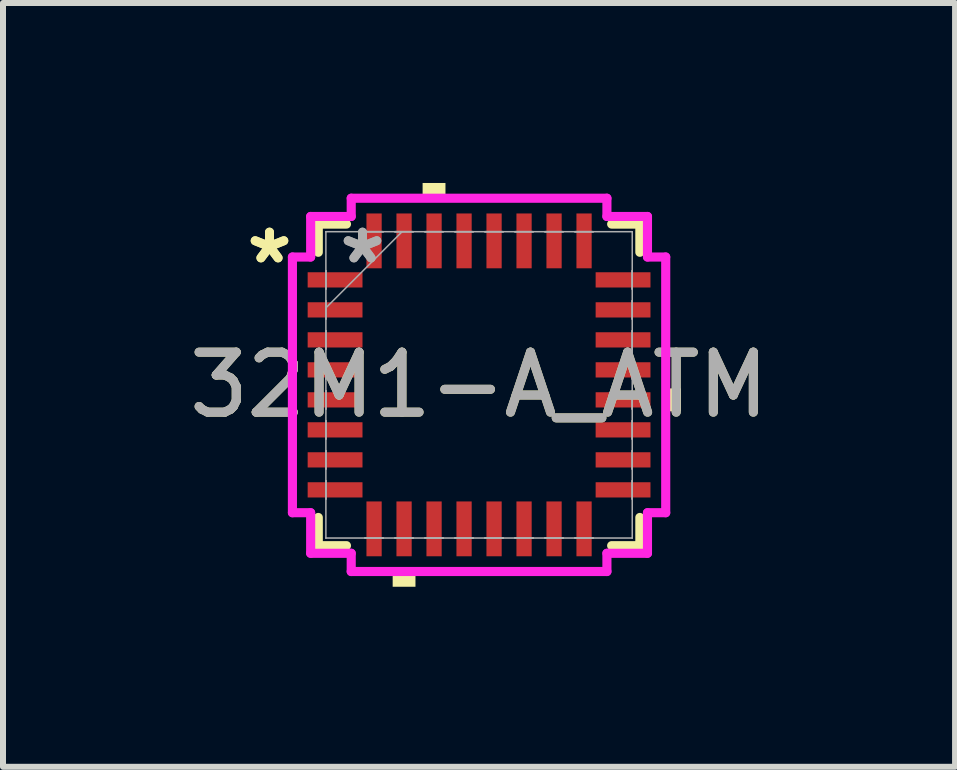
<source format=kicad_pcb>
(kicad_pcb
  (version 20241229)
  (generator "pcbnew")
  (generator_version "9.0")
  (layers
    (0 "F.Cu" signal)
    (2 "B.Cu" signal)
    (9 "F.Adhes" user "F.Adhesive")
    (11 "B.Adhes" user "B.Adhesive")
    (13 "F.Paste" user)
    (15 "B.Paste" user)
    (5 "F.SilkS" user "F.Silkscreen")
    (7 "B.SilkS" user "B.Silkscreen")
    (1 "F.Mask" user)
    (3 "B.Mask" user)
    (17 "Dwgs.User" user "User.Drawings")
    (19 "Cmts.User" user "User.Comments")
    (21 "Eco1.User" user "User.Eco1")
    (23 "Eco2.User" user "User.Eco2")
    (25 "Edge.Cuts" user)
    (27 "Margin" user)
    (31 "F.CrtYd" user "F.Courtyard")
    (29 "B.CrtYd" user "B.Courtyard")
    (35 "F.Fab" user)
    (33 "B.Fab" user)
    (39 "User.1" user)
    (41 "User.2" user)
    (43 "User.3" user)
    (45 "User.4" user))
  (footprint "32M1-A_ATM"
    (layer "F.Cu")
    (at 4.935 3.365)
    (property "Reference" "32M1-A_ATM" (at 0 0 0) (unlocked yes) (layer "F.SilkS") (effects (font (size 1 1) (thickness 0.15))))
    (attr smd)
    (fp_line (start -2.68 -2.68) (end -2.68 -2.21) (stroke (width 0.152) (type solid)) (layer "F.SilkS"))
    (fp_line (start -2.68 2.21) (end -2.68 2.68) (stroke (width 0.152) (type solid)) (layer "F.SilkS"))
    (fp_line (start -2.68 2.68) (end -2.21 2.68) (stroke (width 0.152) (type solid)) (layer "F.SilkS"))
    (fp_line (start -2.21 -2.68) (end -2.68 -2.68) (stroke (width 0.152) (type solid)) (layer "F.SilkS"))
    (fp_line (start 2.21 2.68) (end 2.68 2.68) (stroke (width 0.152) (type solid)) (layer "F.SilkS"))
    (fp_line (start 2.68 -2.68) (end 2.21 -2.68) (stroke (width 0.152) (type solid)) (layer "F.SilkS"))
    (fp_line (start 2.68 -2.21) (end 2.68 -2.68) (stroke (width 0.152) (type solid)) (layer "F.SilkS"))
    (fp_line (start 2.68 2.68) (end 2.68 2.21) (stroke (width 0.152) (type solid)) (layer "F.SilkS"))
    (fp_poly (pts (xy -1.44 3.111) (xy -1.44 3.365) (xy -1.06 3.365) (xy -1.06 3.111)) (stroke (width 0) (type solid)) (fill yes) (layer "F.SilkS"))
    (fp_poly (pts (xy -0.941 -3.111) (xy -0.941 -3.365) (xy -0.56 -3.365) (xy -0.56 -3.111)) (stroke (width 0) (type solid)) (fill yes) (layer "F.SilkS"))
    (fp_poly (pts (xy 3.365 0.059) (xy 3.365 0.441) (xy 3.111 0.441) (xy 3.111 0.059)) (stroke (width 0) (type solid)) (fill yes) (layer "F.SilkS"))
    (fp_line (start -3.111 -2.131) (end -2.807 -2.131) (stroke (width 0.152) (type solid)) (layer "F.CrtYd"))
    (fp_line (start -3.111 2.131) (end -3.111 -2.131) (stroke (width 0.152) (type solid)) (layer "F.CrtYd"))
    (fp_line (start -2.807 -2.807) (end -2.131 -2.807) (stroke (width 0.152) (type solid)) (layer "F.CrtYd"))
    (fp_line (start -2.807 -2.131) (end -2.807 -2.807) (stroke (width 0.152) (type solid)) (layer "F.CrtYd"))
    (fp_line (start -2.807 2.131) (end -3.111 2.131) (stroke (width 0.152) (type solid)) (layer "F.CrtYd"))
    (fp_line (start -2.807 2.807) (end -2.807 2.131) (stroke (width 0.152) (type solid)) (layer "F.CrtYd"))
    (fp_line (start -2.131 -3.111) (end 2.131 -3.111) (stroke (width 0.152) (type solid)) (layer "F.CrtYd"))
    (fp_line (start -2.131 -2.807) (end -2.131 -3.111) (stroke (width 0.152) (type solid)) (layer "F.CrtYd"))
    (fp_line (start -2.131 2.807) (end -2.807 2.807) (stroke (width 0.152) (type solid)) (layer "F.CrtYd"))
    (fp_line (start -2.131 3.111) (end -2.131 2.807) (stroke (width 0.152) (type solid)) (layer "F.CrtYd"))
    (fp_line (start 2.131 -3.111) (end 2.131 -2.807) (stroke (width 0.152) (type solid)) (layer "F.CrtYd"))
    (fp_line (start 2.131 -2.807) (end 2.807 -2.807) (stroke (width 0.152) (type solid)) (layer "F.CrtYd"))
    (fp_line (start 2.131 2.807) (end 2.131 3.111) (stroke (width 0.152) (type solid)) (layer "F.CrtYd"))
    (fp_line (start 2.131 3.111) (end -2.131 3.111) (stroke (width 0.152) (type solid)) (layer "F.CrtYd"))
    (fp_line (start 2.807 -2.807) (end 2.807 -2.131) (stroke (width 0.152) (type solid)) (layer "F.CrtYd"))
    (fp_line (start 2.807 -2.131) (end 3.111 -2.131) (stroke (width 0.152) (type solid)) (layer "F.CrtYd"))
    (fp_line (start 2.807 2.131) (end 2.807 2.807) (stroke (width 0.152) (type solid)) (layer "F.CrtYd"))
    (fp_line (start 2.807 2.807) (end 2.131 2.807) (stroke (width 0.152) (type solid)) (layer "F.CrtYd"))
    (fp_line (start 3.111 -2.131) (end 3.111 2.131) (stroke (width 0.152) (type solid)) (layer "F.CrtYd"))
    (fp_line (start 3.111 2.131) (end 2.807 2.131) (stroke (width 0.152) (type solid)) (layer "F.CrtYd"))
    (fp_line (start -2.553 -2.553) (end -2.553 -2.553) (stroke (width 0.025) (type solid)) (layer "F.Fab"))
    (fp_line (start -2.553 -2.553) (end -2.553 2.553) (stroke (width 0.025) (type solid)) (layer "F.Fab"))
    (fp_line (start -2.553 -1.902) (end -2.553 -1.902) (stroke (width 0.025) (type solid)) (layer "F.Fab"))
    (fp_line (start -2.553 -1.902) (end -2.553 -1.598) (stroke (width 0.025) (type solid)) (layer "F.Fab"))
    (fp_line (start -2.553 -1.598) (end -2.553 -1.902) (stroke (width 0.025) (type solid)) (layer "F.Fab"))
    (fp_line (start -2.553 -1.598) (end -2.553 -1.598) (stroke (width 0.025) (type solid)) (layer "F.Fab"))
    (fp_line (start -2.553 -1.402) (end -2.553 -1.402) (stroke (width 0.025) (type solid)) (layer "F.Fab"))
    (fp_line (start -2.553 -1.402) (end -2.553 -1.098) (stroke (width 0.025) (type solid)) (layer "F.Fab"))
    (fp_line (start -2.553 -1.283) (end -1.283 -2.553) (stroke (width 0.025) (type solid)) (layer "F.Fab"))
    (fp_line (start -2.553 -1.098) (end -2.553 -1.402) (stroke (width 0.025) (type solid)) (layer "F.Fab"))
    (fp_line (start -2.553 -1.098) (end -2.553 -1.098) (stroke (width 0.025) (type solid)) (layer "F.Fab"))
    (fp_line (start -2.553 -0.902) (end -2.553 -0.902) (stroke (width 0.025) (type solid)) (layer "F.Fab"))
    (fp_line (start -2.553 -0.902) (end -2.553 -0.598) (stroke (width 0.025) (type solid)) (layer "F.Fab"))
    (fp_line (start -2.553 -0.598) (end -2.553 -0.902) (stroke (width 0.025) (type solid)) (layer "F.Fab"))
    (fp_line (start -2.553 -0.598) (end -2.553 -0.598) (stroke (width 0.025) (type solid)) (layer "F.Fab"))
    (fp_line (start -2.553 -0.402) (end -2.553 -0.402) (stroke (width 0.025) (type solid)) (layer "F.Fab"))
    (fp_line (start -2.553 -0.402) (end -2.553 -0.098) (stroke (width 0.025) (type solid)) (layer "F.Fab"))
    (fp_line (start -2.553 -0.098) (end -2.553 -0.402) (stroke (width 0.025) (type solid)) (layer "F.Fab"))
    (fp_line (start -2.553 -0.098) (end -2.553 -0.098) (stroke (width 0.025) (type solid)) (layer "F.Fab"))
    (fp_line (start -2.553 0.098) (end -2.553 0.098) (stroke (width 0.025) (type solid)) (layer "F.Fab"))
    (fp_line (start -2.553 0.098) (end -2.553 0.402) (stroke (width 0.025) (type solid)) (layer "F.Fab"))
    (fp_line (start -2.553 0.402) (end -2.553 0.098) (stroke (width 0.025) (type solid)) (layer "F.Fab"))
    (fp_line (start -2.553 0.402) (end -2.553 0.402) (stroke (width 0.025) (type solid)) (layer "F.Fab"))
    (fp_line (start -2.553 0.598) (end -2.553 0.598) (stroke (width 0.025) (type solid)) (layer "F.Fab"))
    (fp_line (start -2.553 0.598) (end -2.553 0.902) (stroke (width 0.025) (type solid)) (layer "F.Fab"))
    (fp_line (start -2.553 0.902) (end -2.553 0.598) (stroke (width 0.025) (type solid)) (layer "F.Fab"))
    (fp_line (start -2.553 0.902) (end -2.553 0.902) (stroke (width 0.025) (type solid)) (layer "F.Fab"))
    (fp_line (start -2.553 1.098) (end -2.553 1.098) (stroke (width 0.025) (type solid)) (layer "F.Fab"))
    (fp_line (start -2.553 1.098) (end -2.553 1.402) (stroke (width 0.025) (type solid)) (layer "F.Fab"))
    (fp_line (start -2.553 1.402) (end -2.553 1.098) (stroke (width 0.025) (type solid)) (layer "F.Fab"))
    (fp_line (start -2.553 1.402) (end -2.553 1.402) (stroke (width 0.025) (type solid)) (layer "F.Fab"))
    (fp_line (start -2.553 1.598) (end -2.553 1.598) (stroke (width 0.025) (type solid)) (layer "F.Fab"))
    (fp_line (start -2.553 1.598) (end -2.553 1.902) (stroke (width 0.025) (type solid)) (layer "F.Fab"))
    (fp_line (start -2.553 1.902) (end -2.553 1.598) (stroke (width 0.025) (type solid)) (layer "F.Fab"))
    (fp_line (start -2.553 1.902) (end -2.553 1.902) (stroke (width 0.025) (type solid)) (layer "F.Fab"))
    (fp_line (start -2.553 2.553) (end -2.553 2.553) (stroke (width 0.025) (type solid)) (layer "F.Fab"))
    (fp_line (start -2.553 2.553) (end 2.553 2.553) (stroke (width 0.025) (type solid)) (layer "F.Fab"))
    (fp_line (start -1.902 -2.553) (end -1.902 -2.553) (stroke (width 0.025) (type solid)) (layer "F.Fab"))
    (fp_line (start -1.902 -2.553) (end -1.598 -2.553) (stroke (width 0.025) (type solid)) (layer "F.Fab"))
    (fp_line (start -1.902 2.553) (end -1.902 2.553) (stroke (width 0.025) (type solid)) (layer "F.Fab"))
    (fp_line (start -1.902 2.553) (end -1.598 2.553) (stroke (width 0.025) (type solid)) (layer "F.Fab"))
    (fp_line (start -1.598 -2.553) (end -1.902 -2.553) (stroke (width 0.025) (type solid)) (layer "F.Fab"))
    (fp_line (start -1.598 -2.553) (end -1.598 -2.553) (stroke (width 0.025) (type solid)) (layer "F.Fab"))
    (fp_line (start -1.598 2.553) (end -1.902 2.553) (stroke (width 0.025) (type solid)) (layer "F.Fab"))
    (fp_line (start -1.598 2.553) (end -1.598 2.553) (stroke (width 0.025) (type solid)) (layer "F.Fab"))
    (fp_line (start -1.402 -2.553) (end -1.402 -2.553) (stroke (width 0.025) (type solid)) (layer "F.Fab"))
    (fp_line (start -1.402 -2.553) (end -1.098 -2.553) (stroke (width 0.025) (type solid)) (layer "F.Fab"))
    (fp_line (start -1.402 2.553) (end -1.402 2.553) (stroke (width 0.025) (type solid)) (layer "F.Fab"))
    (fp_line (start -1.402 2.553) (end -1.098 2.553) (stroke (width 0.025) (type solid)) (layer "F.Fab"))
    (fp_line (start -1.098 -2.553) (end -1.402 -2.553) (stroke (width 0.025) (type solid)) (layer "F.Fab"))
    (fp_line (start -1.098 -2.553) (end -1.098 -2.553) (stroke (width 0.025) (type solid)) (layer "F.Fab"))
    (fp_line (start -1.098 2.553) (end -1.402 2.553) (stroke (width 0.025) (type solid)) (layer "F.Fab"))
    (fp_line (start -1.098 2.553) (end -1.098 2.553) (stroke (width 0.025) (type solid)) (layer "F.Fab"))
    (fp_line (start -0.902 -2.553) (end -0.902 -2.553) (stroke (width 0.025) (type solid)) (layer "F.Fab"))
    (fp_line (start -0.902 -2.553) (end -0.598 -2.553) (stroke (width 0.025) (type solid)) (layer "F.Fab"))
    (fp_line (start -0.902 2.553) (end -0.902 2.553) (stroke (width 0.025) (type solid)) (layer "F.Fab"))
    (fp_line (start -0.902 2.553) (end -0.598 2.553) (stroke (width 0.025) (type solid)) (layer "F.Fab"))
    (fp_line (start -0.598 -2.553) (end -0.902 -2.553) (stroke (width 0.025) (type solid)) (layer "F.Fab"))
    (fp_line (start -0.598 -2.553) (end -0.598 -2.553) (stroke (width 0.025) (type solid)) (layer "F.Fab"))
    (fp_line (start -0.598 2.553) (end -0.902 2.553) (stroke (width 0.025) (type solid)) (layer "F.Fab"))
    (fp_line (start -0.598 2.553) (end -0.598 2.553) (stroke (width 0.025) (type solid)) (layer "F.Fab"))
    (fp_line (start -0.402 -2.553) (end -0.402 -2.553) (stroke (width 0.025) (type solid)) (layer "F.Fab"))
    (fp_line (start -0.402 -2.553) (end -0.098 -2.553) (stroke (width 0.025) (type solid)) (layer "F.Fab"))
    (fp_line (start -0.402 2.553) (end -0.402 2.553) (stroke (width 0.025) (type solid)) (layer "F.Fab"))
    (fp_line (start -0.402 2.553) (end -0.098 2.553) (stroke (width 0.025) (type solid)) (layer "F.Fab"))
    (fp_line (start -0.098 -2.553) (end -0.402 -2.553) (stroke (width 0.025) (type solid)) (layer "F.Fab"))
    (fp_line (start -0.098 -2.553) (end -0.098 -2.553) (stroke (width 0.025) (type solid)) (layer "F.Fab"))
    (fp_line (start -0.098 2.553) (end -0.402 2.553) (stroke (width 0.025) (type solid)) (layer "F.Fab"))
    (fp_line (start -0.098 2.553) (end -0.098 2.553) (stroke (width 0.025) (type solid)) (layer "F.Fab"))
    (fp_line (start 0.098 -2.553) (end 0.098 -2.553) (stroke (width 0.025) (type solid)) (layer "F.Fab"))
    (fp_line (start 0.098 -2.553) (end 0.402 -2.553) (stroke (width 0.025) (type solid)) (layer "F.Fab"))
    (fp_line (start 0.098 2.553) (end 0.098 2.553) (stroke (width 0.025) (type solid)) (layer "F.Fab"))
    (fp_line (start 0.098 2.553) (end 0.402 2.553) (stroke (width 0.025) (type solid)) (layer "F.Fab"))
    (fp_line (start 0.402 -2.553) (end 0.098 -2.553) (stroke (width 0.025) (type solid)) (layer "F.Fab"))
    (fp_line (start 0.402 -2.553) (end 0.402 -2.553) (stroke (width 0.025) (type solid)) (layer "F.Fab"))
    (fp_line (start 0.402 2.553) (end 0.098 2.553) (stroke (width 0.025) (type solid)) (layer "F.Fab"))
    (fp_line (start 0.402 2.553) (end 0.402 2.553) (stroke (width 0.025) (type solid)) (layer "F.Fab"))
    (fp_line (start 0.598 -2.553) (end 0.598 -2.553) (stroke (width 0.025) (type solid)) (layer "F.Fab"))
    (fp_line (start 0.598 -2.553) (end 0.902 -2.553) (stroke (width 0.025) (type solid)) (layer "F.Fab"))
    (fp_line (start 0.598 2.553) (end 0.598 2.553) (stroke (width 0.025) (type solid)) (layer "F.Fab"))
    (fp_line (start 0.598 2.553) (end 0.902 2.553) (stroke (width 0.025) (type solid)) (layer "F.Fab"))
    (fp_line (start 0.902 -2.553) (end 0.598 -2.553) (stroke (width 0.025) (type solid)) (layer "F.Fab"))
    (fp_line (start 0.902 -2.553) (end 0.902 -2.553) (stroke (width 0.025) (type solid)) (layer "F.Fab"))
    (fp_line (start 0.902 2.553) (end 0.598 2.553) (stroke (width 0.025) (type solid)) (layer "F.Fab"))
    (fp_line (start 0.902 2.553) (end 0.902 2.553) (stroke (width 0.025) (type solid)) (layer "F.Fab"))
    (fp_line (start 1.098 -2.553) (end 1.098 -2.553) (stroke (width 0.025) (type solid)) (layer "F.Fab"))
    (fp_line (start 1.098 -2.553) (end 1.402 -2.553) (stroke (width 0.025) (type solid)) (layer "F.Fab"))
    (fp_line (start 1.098 2.553) (end 1.098 2.553) (stroke (width 0.025) (type solid)) (layer "F.Fab"))
    (fp_line (start 1.098 2.553) (end 1.402 2.553) (stroke (width 0.025) (type solid)) (layer "F.Fab"))
    (fp_line (start 1.402 -2.553) (end 1.098 -2.553) (stroke (width 0.025) (type solid)) (layer "F.Fab"))
    (fp_line (start 1.402 -2.553) (end 1.402 -2.553) (stroke (width 0.025) (type solid)) (layer "F.Fab"))
    (fp_line (start 1.402 2.553) (end 1.098 2.553) (stroke (width 0.025) (type solid)) (layer "F.Fab"))
    (fp_line (start 1.402 2.553) (end 1.402 2.553) (stroke (width 0.025) (type solid)) (layer "F.Fab"))
    (fp_line (start 1.598 -2.553) (end 1.598 -2.553) (stroke (width 0.025) (type solid)) (layer "F.Fab"))
    (fp_line (start 1.598 -2.553) (end 1.902 -2.553) (stroke (width 0.025) (type solid)) (layer "F.Fab"))
    (fp_line (start 1.598 2.553) (end 1.598 2.553) (stroke (width 0.025) (type solid)) (layer "F.Fab"))
    (fp_line (start 1.598 2.553) (end 1.902 2.553) (stroke (width 0.025) (type solid)) (layer "F.Fab"))
    (fp_line (start 1.902 -2.553) (end 1.598 -2.553) (stroke (width 0.025) (type solid)) (layer "F.Fab"))
    (fp_line (start 1.902 -2.553) (end 1.902 -2.553) (stroke (width 0.025) (type solid)) (layer "F.Fab"))
    (fp_line (start 1.902 2.553) (end 1.598 2.553) (stroke (width 0.025) (type solid)) (layer "F.Fab"))
    (fp_line (start 1.902 2.553) (end 1.902 2.553) (stroke (width 0.025) (type solid)) (layer "F.Fab"))
    (fp_line (start 2.553 -2.553) (end -2.553 -2.553) (stroke (width 0.025) (type solid)) (layer "F.Fab"))
    (fp_line (start 2.553 -2.553) (end 2.553 -2.553) (stroke (width 0.025) (type solid)) (layer "F.Fab"))
    (fp_line (start 2.553 -1.902) (end 2.553 -1.902) (stroke (width 0.025) (type solid)) (layer "F.Fab"))
    (fp_line (start 2.553 -1.902) (end 2.553 -1.598) (stroke (width 0.025) (type solid)) (layer "F.Fab"))
    (fp_line (start 2.553 -1.598) (end 2.553 -1.902) (stroke (width 0.025) (type solid)) (layer "F.Fab"))
    (fp_line (start 2.553 -1.598) (end 2.553 -1.598) (stroke (width 0.025) (type solid)) (layer "F.Fab"))
    (fp_line (start 2.553 -1.402) (end 2.553 -1.402) (stroke (width 0.025) (type solid)) (layer "F.Fab"))
    (fp_line (start 2.553 -1.402) (end 2.553 -1.098) (stroke (width 0.025) (type solid)) (layer "F.Fab"))
    (fp_line (start 2.553 -1.098) (end 2.553 -1.402) (stroke (width 0.025) (type solid)) (layer "F.Fab"))
    (fp_line (start 2.553 -1.098) (end 2.553 -1.098) (stroke (width 0.025) (type solid)) (layer "F.Fab"))
    (fp_line (start 2.553 -0.902) (end 2.553 -0.902) (stroke (width 0.025) (type solid)) (layer "F.Fab"))
    (fp_line (start 2.553 -0.902) (end 2.553 -0.598) (stroke (width 0.025) (type solid)) (layer "F.Fab"))
    (fp_line (start 2.553 -0.598) (end 2.553 -0.902) (stroke (width 0.025) (type solid)) (layer "F.Fab"))
    (fp_line (start 2.553 -0.598) (end 2.553 -0.598) (stroke (width 0.025) (type solid)) (layer "F.Fab"))
    (fp_line (start 2.553 -0.402) (end 2.553 -0.402) (stroke (width 0.025) (type solid)) (layer "F.Fab"))
    (fp_line (start 2.553 -0.402) (end 2.553 -0.098) (stroke (width 0.025) (type solid)) (layer "F.Fab"))
    (fp_line (start 2.553 -0.098) (end 2.553 -0.402) (stroke (width 0.025) (type solid)) (layer "F.Fab"))
    (fp_line (start 2.553 -0.098) (end 2.553 -0.098) (stroke (width 0.025) (type solid)) (layer "F.Fab"))
    (fp_line (start 2.553 0.098) (end 2.553 0.098) (stroke (width 0.025) (type solid)) (layer "F.Fab"))
    (fp_line (start 2.553 0.098) (end 2.553 0.402) (stroke (width 0.025) (type solid)) (layer "F.Fab"))
    (fp_line (start 2.553 0.402) (end 2.553 0.098) (stroke (width 0.025) (type solid)) (layer "F.Fab"))
    (fp_line (start 2.553 0.402) (end 2.553 0.402) (stroke (width 0.025) (type solid)) (layer "F.Fab"))
    (fp_line (start 2.553 0.598) (end 2.553 0.598) (stroke (width 0.025) (type solid)) (layer "F.Fab"))
    (fp_line (start 2.553 0.598) (end 2.553 0.902) (stroke (width 0.025) (type solid)) (layer "F.Fab"))
    (fp_line (start 2.553 0.902) (end 2.553 0.598) (stroke (width 0.025) (type solid)) (layer "F.Fab"))
    (fp_line (start 2.553 0.902) (end 2.553 0.902) (stroke (width 0.025) (type solid)) (layer "F.Fab"))
    (fp_line (start 2.553 1.098) (end 2.553 1.098) (stroke (width 0.025) (type solid)) (layer "F.Fab"))
    (fp_line (start 2.553 1.098) (end 2.553 1.402) (stroke (width 0.025) (type solid)) (layer "F.Fab"))
    (fp_line (start 2.553 1.402) (end 2.553 1.098) (stroke (width 0.025) (type solid)) (layer "F.Fab"))
    (fp_line (start 2.553 1.402) (end 2.553 1.402) (stroke (width 0.025) (type solid)) (layer "F.Fab"))
    (fp_line (start 2.553 1.598) (end 2.553 1.598) (stroke (width 0.025) (type solid)) (layer "F.Fab"))
    (fp_line (start 2.553 1.598) (end 2.553 1.902) (stroke (width 0.025) (type solid)) (layer "F.Fab"))
    (fp_line (start 2.553 1.902) (end 2.553 1.598) (stroke (width 0.025) (type solid)) (layer "F.Fab"))
    (fp_line (start 2.553 1.902) (end 2.553 1.902) (stroke (width 0.025) (type solid)) (layer "F.Fab"))
    (fp_line (start 2.553 2.553) (end 2.553 -2.553) (stroke (width 0.025) (type solid)) (layer "F.Fab"))
    (fp_line (start 2.553 2.553) (end 2.553 2.553) (stroke (width 0.025) (type solid)) (layer "F.Fab"))
    (fp_text user "*" (at -3.493 -2 0) (layer "F.SilkS") (effects (font (size 1 1) (thickness 0.15))))
    (fp_text user "*" (at -3.493 -2 0) (unlocked yes) (layer "F.SilkS") (effects (font (size 1 1) (thickness 0.15))))
    (fp_text user "*" (at -1.943 -2 0) (unlocked yes) (layer "F.Fab") (effects (font (size 1 1) (thickness 0.15))))
    (fp_text user "*" (at -1.943 -2 0) (layer "F.Fab") (effects (font (size 1 1) (thickness 0.15))))
    (fp_text user "${REFERENCE}" (at 0 0 0) (unlocked yes) (layer "F.Fab") (effects (font (size 1 1) (thickness 0.15))))
    (pad "1" smd rect (at -2.4 -1.75 90) (size 0.254 0.914) (layers "F.Cu" "F.Mask" "F.Paste"))
    (pad "2" smd rect (at -2.4 -1.25 90) (size 0.254 0.914) (layers "F.Cu" "F.Mask" "F.Paste"))
    (pad "3" smd rect (at -2.4 -0.75 90) (size 0.254 0.914) (layers "F.Cu" "F.Mask" "F.Paste"))
    (pad "4" smd rect (at -2.4 -0.25 90) (size 0.254 0.914) (layers "F.Cu" "F.Mask" "F.Paste"))
    (pad "5" smd rect (at -2.4 0.25 90) (size 0.254 0.914) (layers "F.Cu" "F.Mask" "F.Paste"))
    (pad "6" smd rect (at -2.4 0.75 90) (size 0.254 0.914) (layers "F.Cu" "F.Mask" "F.Paste"))
    (pad "7" smd rect (at -2.4 1.25 90) (size 0.254 0.914) (layers "F.Cu" "F.Mask" "F.Paste"))
    (pad "8" smd rect (at -2.4 1.75 90) (size 0.254 0.914) (layers "F.Cu" "F.Mask" "F.Paste"))
    (pad "9" smd rect (at -1.75 2.4) (size 0.254 0.914) (layers "F.Cu" "F.Mask" "F.Paste"))
    (pad "10" smd rect (at -1.25 2.4) (size 0.254 0.914) (layers "F.Cu" "F.Mask" "F.Paste"))
    (pad "11" smd rect (at -0.75 2.4) (size 0.254 0.914) (layers "F.Cu" "F.Mask" "F.Paste"))
    (pad "12" smd rect (at -0.25 2.4) (size 0.254 0.914) (layers "F.Cu" "F.Mask" "F.Paste"))
    (pad "13" smd rect (at 0.25 2.4) (size 0.254 0.914) (layers "F.Cu" "F.Mask" "F.Paste"))
    (pad "14" smd rect (at 0.75 2.4) (size 0.254 0.914) (layers "F.Cu" "F.Mask" "F.Paste"))
    (pad "15" smd rect (at 1.25 2.4) (size 0.254 0.914) (layers "F.Cu" "F.Mask" "F.Paste"))
    (pad "16" smd rect (at 1.75 2.4) (size 0.254 0.914) (layers "F.Cu" "F.Mask" "F.Paste"))
    (pad "17" smd rect (at 2.4 1.75 90) (size 0.254 0.914) (layers "F.Cu" "F.Mask" "F.Paste"))
    (pad "18" smd rect (at 2.4 1.25 90) (size 0.254 0.914) (layers "F.Cu" "F.Mask" "F.Paste"))
    (pad "19" smd rect (at 2.4 0.75 90) (size 0.254 0.914) (layers "F.Cu" "F.Mask" "F.Paste"))
    (pad "20" smd rect (at 2.4 0.25 90) (size 0.254 0.914) (layers "F.Cu" "F.Mask" "F.Paste"))
    (pad "21" smd rect (at 2.4 -0.25 90) (size 0.254 0.914) (layers "F.Cu" "F.Mask" "F.Paste"))
    (pad "22" smd rect (at 2.4 -0.75 90) (size 0.254 0.914) (layers "F.Cu" "F.Mask" "F.Paste"))
    (pad "23" smd rect (at 2.4 -1.25 90) (size 0.254 0.914) (layers "F.Cu" "F.Mask" "F.Paste"))
    (pad "24" smd rect (at 2.4 -1.75 90) (size 0.254 0.914) (layers "F.Cu" "F.Mask" "F.Paste"))
    (pad "25" smd rect (at 1.75 -2.4) (size 0.254 0.914) (layers "F.Cu" "F.Mask" "F.Paste"))
    (pad "26" smd rect (at 1.25 -2.4) (size 0.254 0.914) (layers "F.Cu" "F.Mask" "F.Paste"))
    (pad "27" smd rect (at 0.75 -2.4) (size 0.254 0.914) (layers "F.Cu" "F.Mask" "F.Paste"))
    (pad "28" smd rect (at 0.25 -2.4) (size 0.254 0.914) (layers "F.Cu" "F.Mask" "F.Paste"))
    (pad "29" smd rect (at -0.25 -2.4) (size 0.254 0.914) (layers "F.Cu" "F.Mask" "F.Paste"))
    (pad "30" smd rect (at -0.75 -2.4) (size 0.254 0.914) (layers "F.Cu" "F.Mask" "F.Paste"))
    (pad "31" smd rect (at -1.25 -2.4) (size 0.254 0.914) (layers "F.Cu" "F.Mask" "F.Paste"))
    (pad "32" smd rect (at -1.75 -2.4) (size 0.254 0.914) (layers "F.Cu" "F.Mask" "F.Paste")))
  (gr_rect
    (start -3 -3)
    (end 12.869 9.731)
    (stroke (width 0.1) (type default))
    (fill no)
    (layer "Edge.Cuts")))
</source>
